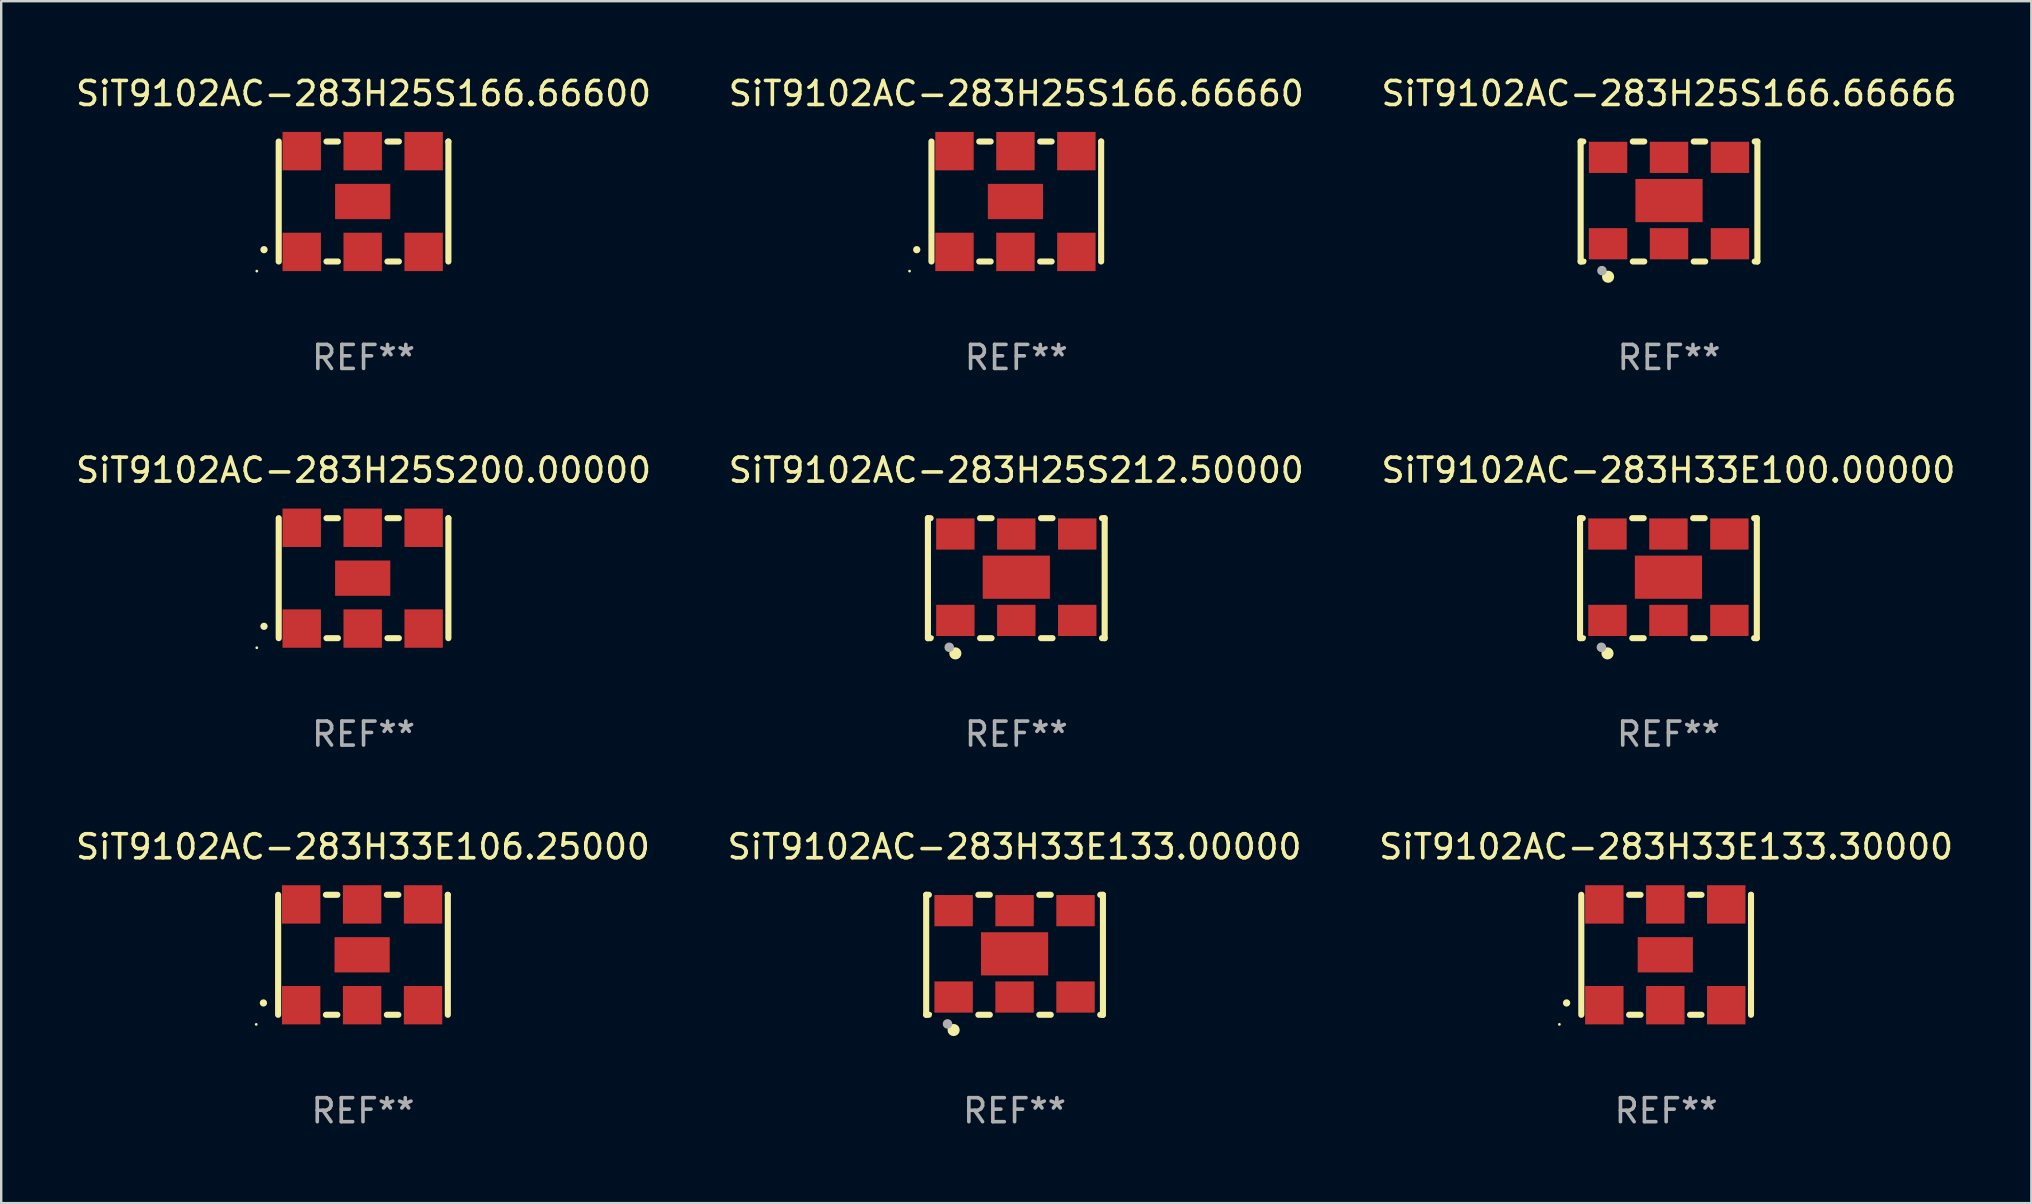
<source format=kicad_pcb>
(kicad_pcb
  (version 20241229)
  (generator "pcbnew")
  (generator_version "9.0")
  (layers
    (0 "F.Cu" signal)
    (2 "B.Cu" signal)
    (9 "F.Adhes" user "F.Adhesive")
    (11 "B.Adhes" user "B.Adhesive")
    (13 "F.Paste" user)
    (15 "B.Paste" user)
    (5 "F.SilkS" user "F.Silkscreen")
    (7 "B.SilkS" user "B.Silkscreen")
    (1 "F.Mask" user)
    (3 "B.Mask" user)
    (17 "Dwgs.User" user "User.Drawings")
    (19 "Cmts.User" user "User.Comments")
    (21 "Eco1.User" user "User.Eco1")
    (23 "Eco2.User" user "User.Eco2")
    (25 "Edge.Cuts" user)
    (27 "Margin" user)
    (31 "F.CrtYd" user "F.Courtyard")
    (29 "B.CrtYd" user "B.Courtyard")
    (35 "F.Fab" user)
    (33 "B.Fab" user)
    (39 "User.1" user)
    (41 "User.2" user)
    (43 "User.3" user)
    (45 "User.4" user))
  (footprint "SiT9102AC-283H25S166.66666"
    (layer "F.Cu")
    (at 66.506 5.348)
    (property "Reference" "SiT9102AC-283H25S166.66666" (at 0 -4.5 0) (layer "F.SilkS") (effects (font (size 1 1) (thickness 0.15))))
    (attr through_hole)
    (fp_line (start -3.683 -2.5) (end -3.571 -2.5) (stroke (width 0.254) (type solid)) (layer "F.SilkS"))
    (fp_line (start -3.683 2.5) (end -3.683 -2.5) (stroke (width 0.254) (type solid)) (layer "F.SilkS"))
    (fp_line (start -3.683 2.5) (end -3.571 2.5) (stroke (width 0.254) (type solid)) (layer "F.SilkS"))
    (fp_line (start -1.509 -2.5) (end -1.031 -2.5) (stroke (width 0.254) (type solid)) (layer "F.SilkS"))
    (fp_line (start -1.509 2.5) (end -1.031 2.5) (stroke (width 0.254) (type solid)) (layer "F.SilkS"))
    (fp_line (start 1.031 -2.5) (end 1.509 -2.5) (stroke (width 0.254) (type solid)) (layer "F.SilkS"))
    (fp_line (start 1.031 2.5) (end 1.509 2.5) (stroke (width 0.254) (type solid)) (layer "F.SilkS"))
    (fp_line (start 3.571 -2.5) (end 3.683 -2.5) (stroke (width 0.254) (type solid)) (layer "F.SilkS"))
    (fp_line (start 3.571 2.5) (end 3.683 2.5) (stroke (width 0.254) (type solid)) (layer "F.SilkS"))
    (fp_line (start 3.683 2.5) (end 3.683 -2.5) (stroke (width 0.254) (type solid)) (layer "F.SilkS"))
    (fp_circle (center -3.5 2.46) (end -3.47 2.46) (stroke (width 0.06) (type solid)) (fill no) (layer "F.SilkS"))
    (fp_circle (center -2.54 3.135) (end -2.413 3.135) (stroke (width 0.254) (type solid)) (fill no) (layer "F.SilkS"))
    (fp_circle (center -2.794 2.881) (end -2.694 2.881) (stroke (width 0.2) (type solid)) (fill no) (layer "F.Fab"))
    (fp_text user "REF**" (at 0 6.5 0) (layer "F.Fab") (effects (font (size 1 1) (thickness 0.15))))
    (pad "1" smd rect (at -2.54 1.76) (size 1.6 1.3) (layers "F.Cu" "F.Mask" "F.Paste"))
    (pad "2" smd rect (at 0 1.76) (size 1.6 1.3) (layers "F.Cu" "F.Mask" "F.Paste"))
    (pad "3" smd rect (at 2.54 1.76) (size 1.6 1.3) (layers "F.Cu" "F.Mask" "F.Paste"))
    (pad "4" smd rect (at 2.54 -1.84) (size 1.6 1.3) (layers "F.Cu" "F.Mask" "F.Paste"))
    (pad "5" smd rect (at 0 -1.84) (size 1.6 1.3) (layers "F.Cu" "F.Mask" "F.Paste"))
    (pad "6" smd rect (at -2.54 -1.84) (size 1.6 1.3) (layers "F.Cu" "F.Mask" "F.Paste"))
    (pad "7" smd rect (at 0 -0.04) (size 2.8 1.8) (layers "F.Cu" "F.Mask" "F.Paste")))
  (footprint "SiT9102AC-283H25S212.50000"
    (layer "F.Cu")
    (at 39.304 21.045)
    (property "Reference" "SiT9102AC-283H25S212.50000" (at 0 -4.5 0) (layer "F.SilkS") (effects (font (size 1 1) (thickness 0.15))))
    (attr through_hole)
    (fp_line (start -3.683 -2.5) (end -3.571 -2.5) (stroke (width 0.254) (type solid)) (layer "F.SilkS"))
    (fp_line (start -3.683 2.5) (end -3.683 -2.5) (stroke (width 0.254) (type solid)) (layer "F.SilkS"))
    (fp_line (start -3.683 2.5) (end -3.571 2.5) (stroke (width 0.254) (type solid)) (layer "F.SilkS"))
    (fp_line (start -1.509 -2.5) (end -1.031 -2.5) (stroke (width 0.254) (type solid)) (layer "F.SilkS"))
    (fp_line (start -1.509 2.5) (end -1.031 2.5) (stroke (width 0.254) (type solid)) (layer "F.SilkS"))
    (fp_line (start 1.031 -2.5) (end 1.509 -2.5) (stroke (width 0.254) (type solid)) (layer "F.SilkS"))
    (fp_line (start 1.031 2.5) (end 1.509 2.5) (stroke (width 0.254) (type solid)) (layer "F.SilkS"))
    (fp_line (start 3.571 -2.5) (end 3.683 -2.5) (stroke (width 0.254) (type solid)) (layer "F.SilkS"))
    (fp_line (start 3.571 2.5) (end 3.683 2.5) (stroke (width 0.254) (type solid)) (layer "F.SilkS"))
    (fp_line (start 3.683 2.5) (end 3.683 -2.5) (stroke (width 0.254) (type solid)) (layer "F.SilkS"))
    (fp_circle (center -3.5 2.46) (end -3.47 2.46) (stroke (width 0.06) (type solid)) (fill no) (layer "F.SilkS"))
    (fp_circle (center -2.54 3.135) (end -2.413 3.135) (stroke (width 0.254) (type solid)) (fill no) (layer "F.SilkS"))
    (fp_circle (center -2.794 2.881) (end -2.694 2.881) (stroke (width 0.2) (type solid)) (fill no) (layer "F.Fab"))
    (fp_text user "REF**" (at 0 6.5 0) (layer "F.Fab") (effects (font (size 1 1) (thickness 0.15))))
    (pad "1" smd rect (at -2.54 1.76) (size 1.6 1.3) (layers "F.Cu" "F.Mask" "F.Paste"))
    (pad "2" smd rect (at 0 1.76) (size 1.6 1.3) (layers "F.Cu" "F.Mask" "F.Paste"))
    (pad "3" smd rect (at 2.54 1.76) (size 1.6 1.3) (layers "F.Cu" "F.Mask" "F.Paste"))
    (pad "4" smd rect (at 2.54 -1.84) (size 1.6 1.3) (layers "F.Cu" "F.Mask" "F.Paste"))
    (pad "5" smd rect (at 0 -1.84) (size 1.6 1.3) (layers "F.Cu" "F.Mask" "F.Paste"))
    (pad "6" smd rect (at -2.54 -1.84) (size 1.6 1.3) (layers "F.Cu" "F.Mask" "F.Paste"))
    (pad "7" smd rect (at 0 -0.04) (size 2.8 1.8) (layers "F.Cu" "F.Mask" "F.Paste")))
  (footprint "SiT9102AC-283H33E133.00000"
    (layer "F.Cu")
    (at 39.232 36.741)
    (property "Reference" "SiT9102AC-283H33E133.00000" (at 0 -4.5 0) (layer "F.SilkS") (effects (font (size 1 1) (thickness 0.15))))
    (attr through_hole)
    (fp_line (start -3.683 -2.5) (end -3.571 -2.5) (stroke (width 0.254) (type solid)) (layer "F.SilkS"))
    (fp_line (start -3.683 2.5) (end -3.683 -2.5) (stroke (width 0.254) (type solid)) (layer "F.SilkS"))
    (fp_line (start -3.683 2.5) (end -3.571 2.5) (stroke (width 0.254) (type solid)) (layer "F.SilkS"))
    (fp_line (start -1.509 -2.5) (end -1.031 -2.5) (stroke (width 0.254) (type solid)) (layer "F.SilkS"))
    (fp_line (start -1.509 2.5) (end -1.031 2.5) (stroke (width 0.254) (type solid)) (layer "F.SilkS"))
    (fp_line (start 1.031 -2.5) (end 1.509 -2.5) (stroke (width 0.254) (type solid)) (layer "F.SilkS"))
    (fp_line (start 1.031 2.5) (end 1.509 2.5) (stroke (width 0.254) (type solid)) (layer "F.SilkS"))
    (fp_line (start 3.571 -2.5) (end 3.683 -2.5) (stroke (width 0.254) (type solid)) (layer "F.SilkS"))
    (fp_line (start 3.571 2.5) (end 3.683 2.5) (stroke (width 0.254) (type solid)) (layer "F.SilkS"))
    (fp_line (start 3.683 2.5) (end 3.683 -2.5) (stroke (width 0.254) (type solid)) (layer "F.SilkS"))
    (fp_circle (center -3.5 2.46) (end -3.47 2.46) (stroke (width 0.06) (type solid)) (fill no) (layer "F.SilkS"))
    (fp_circle (center -2.54 3.135) (end -2.413 3.135) (stroke (width 0.254) (type solid)) (fill no) (layer "F.SilkS"))
    (fp_circle (center -2.794 2.881) (end -2.694 2.881) (stroke (width 0.2) (type solid)) (fill no) (layer "F.Fab"))
    (fp_text user "REF**" (at 0 6.5 0) (layer "F.Fab") (effects (font (size 1 1) (thickness 0.15))))
    (pad "1" smd rect (at -2.54 1.76) (size 1.6 1.3) (layers "F.Cu" "F.Mask" "F.Paste"))
    (pad "2" smd rect (at 0 1.76) (size 1.6 1.3) (layers "F.Cu" "F.Mask" "F.Paste"))
    (pad "3" smd rect (at 2.54 1.76) (size 1.6 1.3) (layers "F.Cu" "F.Mask" "F.Paste"))
    (pad "4" smd rect (at 2.54 -1.84) (size 1.6 1.3) (layers "F.Cu" "F.Mask" "F.Paste"))
    (pad "5" smd rect (at 0 -1.84) (size 1.6 1.3) (layers "F.Cu" "F.Mask" "F.Paste"))
    (pad "6" smd rect (at -2.54 -1.84) (size 1.6 1.3) (layers "F.Cu" "F.Mask" "F.Paste"))
    (pad "7" smd rect (at 0 -0.04) (size 2.8 1.8) (layers "F.Cu" "F.Mask" "F.Paste")))
  (footprint "SiT9102AC-283H25S200.00000"
    (layer "F.Cu")
    (at 12.101 21.045)
    (property "Reference" "SiT9102AC-283H25S200.00000" (at 0 -4.5 0) (layer "F.SilkS") (effects (font (size 1 1) (thickness 0.15))))
    (attr through_hole)
    (fp_line (start -3.536 -2.5) (end -3.536 2.5) (stroke (width 0.254) (type solid)) (layer "F.SilkS"))
    (fp_line (start -1.544 2.5) (end -1.067 2.5) (stroke (width 0.254) (type solid)) (layer "F.SilkS"))
    (fp_line (start -1.067 -2.5) (end -1.544 -2.5) (stroke (width 0.254) (type solid)) (layer "F.SilkS"))
    (fp_line (start 0.996 2.5) (end 1.473 2.5) (stroke (width 0.254) (type solid)) (layer "F.SilkS"))
    (fp_line (start 1.473 -2.5) (end 0.996 -2.5) (stroke (width 0.254) (type solid)) (layer "F.SilkS"))
    (fp_line (start 3.536 -2.5) (end 3.536 -2.5) (stroke (width 0.254) (type solid)) (layer "F.SilkS"))
    (fp_line (start 3.536 2.5) (end 3.536 -2.5) (stroke (width 0.254) (type solid)) (layer "F.SilkS"))
    (fp_arc (start -4.150432 2.006604) (mid -4.149162 2.006599) (end -4.147892 2.006604) (stroke (width 0.3) (type solid)) (layer "F.SilkS"))
    (fp_circle (center -4.449 2.9) (end -4.419 2.9) (stroke (width 0.06) (type solid)) (fill no) (layer "F.SilkS"))
    (fp_text user "REF**" (at 0 6.5 0) (layer "F.Fab") (effects (font (size 1 1) (thickness 0.15))))
    (pad "1" smd rect (at -2.576 2.1) (size 1.6 1.6) (layers "F.Cu" "F.Mask" "F.Paste"))
    (pad "2" smd rect (at -0.036 2.1) (size 1.6 1.6) (layers "F.Cu" "F.Mask" "F.Paste"))
    (pad "3" smd rect (at 2.504 2.1) (size 1.6 1.6) (layers "F.Cu" "F.Mask" "F.Paste"))
    (pad "4" smd rect (at 2.504 -2.1) (size 1.6 1.6) (layers "F.Cu" "F.Mask" "F.Paste"))
    (pad "5" smd rect (at -0.036 -2.1) (size 1.6 1.6) (layers "F.Cu" "F.Mask" "F.Paste"))
    (pad "6" smd rect (at -2.576 -2.1) (size 1.6 1.6) (layers "F.Cu" "F.Mask" "F.Paste"))
    (pad "7" smd rect (at -0.036 0) (size 2.3 1.47) (layers "F.Cu" "F.Mask" "F.Paste")))
  (footprint "SiT9102AC-283H25S166.66660"
    (layer "F.Cu")
    (at 39.304 5.348)
    (property "Reference" "SiT9102AC-283H25S166.66660" (at 0 -4.5 0) (layer "F.SilkS") (effects (font (size 1 1) (thickness 0.15))))
    (attr through_hole)
    (fp_line (start -3.536 -2.5) (end -3.536 2.5) (stroke (width 0.254) (type solid)) (layer "F.SilkS"))
    (fp_line (start -1.544 2.5) (end -1.067 2.5) (stroke (width 0.254) (type solid)) (layer "F.SilkS"))
    (fp_line (start -1.067 -2.5) (end -1.544 -2.5) (stroke (width 0.254) (type solid)) (layer "F.SilkS"))
    (fp_line (start 0.996 2.5) (end 1.473 2.5) (stroke (width 0.254) (type solid)) (layer "F.SilkS"))
    (fp_line (start 1.473 -2.5) (end 0.996 -2.5) (stroke (width 0.254) (type solid)) (layer "F.SilkS"))
    (fp_line (start 3.536 -2.5) (end 3.536 -2.5) (stroke (width 0.254) (type solid)) (layer "F.SilkS"))
    (fp_line (start 3.536 2.5) (end 3.536 -2.5) (stroke (width 0.254) (type solid)) (layer "F.SilkS"))
    (fp_arc (start -4.150432 2.006604) (mid -4.149162 2.006599) (end -4.147892 2.006604) (stroke (width 0.3) (type solid)) (layer "F.SilkS"))
    (fp_circle (center -4.449 2.9) (end -4.419 2.9) (stroke (width 0.06) (type solid)) (fill no) (layer "F.SilkS"))
    (fp_text user "REF**" (at 0 6.5 0) (layer "F.Fab") (effects (font (size 1 1) (thickness 0.15))))
    (pad "1" smd rect (at -2.576 2.1) (size 1.6 1.6) (layers "F.Cu" "F.Mask" "F.Paste"))
    (pad "2" smd rect (at -0.036 2.1) (size 1.6 1.6) (layers "F.Cu" "F.Mask" "F.Paste"))
    (pad "3" smd rect (at 2.504 2.1) (size 1.6 1.6) (layers "F.Cu" "F.Mask" "F.Paste"))
    (pad "4" smd rect (at 2.504 -2.1) (size 1.6 1.6) (layers "F.Cu" "F.Mask" "F.Paste"))
    (pad "5" smd rect (at -0.036 -2.1) (size 1.6 1.6) (layers "F.Cu" "F.Mask" "F.Paste"))
    (pad "6" smd rect (at -2.576 -2.1) (size 1.6 1.6) (layers "F.Cu" "F.Mask" "F.Paste"))
    (pad "7" smd rect (at -0.036 0) (size 2.3 1.47) (layers "F.Cu" "F.Mask" "F.Paste")))
  (footprint "SiT9102AC-283H33E133.30000"
    (layer "F.Cu")
    (at 66.387 36.741)
    (property "Reference" "SiT9102AC-283H33E133.30000" (at 0 -4.5 0) (layer "F.SilkS") (effects (font (size 1 1) (thickness 0.15))))
    (attr through_hole)
    (fp_line (start -3.536 -2.5) (end -3.536 2.5) (stroke (width 0.254) (type solid)) (layer "F.SilkS"))
    (fp_line (start -1.544 2.5) (end -1.067 2.5) (stroke (width 0.254) (type solid)) (layer "F.SilkS"))
    (fp_line (start -1.067 -2.5) (end -1.544 -2.5) (stroke (width 0.254) (type solid)) (layer "F.SilkS"))
    (fp_line (start 0.996 2.5) (end 1.473 2.5) (stroke (width 0.254) (type solid)) (layer "F.SilkS"))
    (fp_line (start 1.473 -2.5) (end 0.996 -2.5) (stroke (width 0.254) (type solid)) (layer "F.SilkS"))
    (fp_line (start 3.536 -2.5) (end 3.536 -2.5) (stroke (width 0.254) (type solid)) (layer "F.SilkS"))
    (fp_line (start 3.536 2.5) (end 3.536 -2.5) (stroke (width 0.254) (type solid)) (layer "F.SilkS"))
    (fp_arc (start -4.150432 2.006604) (mid -4.149162 2.006599) (end -4.147892 2.006604) (stroke (width 0.3) (type solid)) (layer "F.SilkS"))
    (fp_circle (center -4.449 2.9) (end -4.419 2.9) (stroke (width 0.06) (type solid)) (fill no) (layer "F.SilkS"))
    (fp_text user "REF**" (at 0 6.5 0) (layer "F.Fab") (effects (font (size 1 1) (thickness 0.15))))
    (pad "1" smd rect (at -2.576 2.1) (size 1.6 1.6) (layers "F.Cu" "F.Mask" "F.Paste"))
    (pad "2" smd rect (at -0.036 2.1) (size 1.6 1.6) (layers "F.Cu" "F.Mask" "F.Paste"))
    (pad "3" smd rect (at 2.504 2.1) (size 1.6 1.6) (layers "F.Cu" "F.Mask" "F.Paste"))
    (pad "4" smd rect (at 2.504 -2.1) (size 1.6 1.6) (layers "F.Cu" "F.Mask" "F.Paste"))
    (pad "5" smd rect (at -0.036 -2.1) (size 1.6 1.6) (layers "F.Cu" "F.Mask" "F.Paste"))
    (pad "6" smd rect (at -2.576 -2.1) (size 1.6 1.6) (layers "F.Cu" "F.Mask" "F.Paste"))
    (pad "7" smd rect (at -0.036 0) (size 2.3 1.47) (layers "F.Cu" "F.Mask" "F.Paste")))
  (footprint "SiT9102AC-283H33E106.25000"
    (layer "F.Cu")
    (at 12.077 36.741)
    (property "Reference" "SiT9102AC-283H33E106.25000" (at 0 -4.5 0) (layer "F.SilkS") (effects (font (size 1 1) (thickness 0.15))))
    (attr through_hole)
    (fp_line (start -3.536 -2.5) (end -3.536 2.5) (stroke (width 0.254) (type solid)) (layer "F.SilkS"))
    (fp_line (start -1.544 2.5) (end -1.067 2.5) (stroke (width 0.254) (type solid)) (layer "F.SilkS"))
    (fp_line (start -1.067 -2.5) (end -1.544 -2.5) (stroke (width 0.254) (type solid)) (layer "F.SilkS"))
    (fp_line (start 0.996 2.5) (end 1.473 2.5) (stroke (width 0.254) (type solid)) (layer "F.SilkS"))
    (fp_line (start 1.473 -2.5) (end 0.996 -2.5) (stroke (width 0.254) (type solid)) (layer "F.SilkS"))
    (fp_line (start 3.536 -2.5) (end 3.536 -2.5) (stroke (width 0.254) (type solid)) (layer "F.SilkS"))
    (fp_line (start 3.536 2.5) (end 3.536 -2.5) (stroke (width 0.254) (type solid)) (layer "F.SilkS"))
    (fp_arc (start -4.150432 2.006604) (mid -4.149162 2.006599) (end -4.147892 2.006604) (stroke (width 0.3) (type solid)) (layer "F.SilkS"))
    (fp_circle (center -4.449 2.9) (end -4.419 2.9) (stroke (width 0.06) (type solid)) (fill no) (layer "F.SilkS"))
    (fp_text user "REF**" (at 0 6.5 0) (layer "F.Fab") (effects (font (size 1 1) (thickness 0.15))))
    (pad "1" smd rect (at -2.576 2.1) (size 1.6 1.6) (layers "F.Cu" "F.Mask" "F.Paste"))
    (pad "2" smd rect (at -0.036 2.1) (size 1.6 1.6) (layers "F.Cu" "F.Mask" "F.Paste"))
    (pad "3" smd rect (at 2.504 2.1) (size 1.6 1.6) (layers "F.Cu" "F.Mask" "F.Paste"))
    (pad "4" smd rect (at 2.504 -2.1) (size 1.6 1.6) (layers "F.Cu" "F.Mask" "F.Paste"))
    (pad "5" smd rect (at -0.036 -2.1) (size 1.6 1.6) (layers "F.Cu" "F.Mask" "F.Paste"))
    (pad "6" smd rect (at -2.576 -2.1) (size 1.6 1.6) (layers "F.Cu" "F.Mask" "F.Paste"))
    (pad "7" smd rect (at -0.036 0) (size 2.3 1.47) (layers "F.Cu" "F.Mask" "F.Paste")))
  (footprint "SiT9102AC-283H33E100.00000"
    (layer "F.Cu")
    (at 66.482 21.045)
    (property "Reference" "SiT9102AC-283H33E100.00000" (at 0 -4.5 0) (layer "F.SilkS") (effects (font (size 1 1) (thickness 0.15))))
    (attr through_hole)
    (fp_line (start -3.683 -2.5) (end -3.571 -2.5) (stroke (width 0.254) (type solid)) (layer "F.SilkS"))
    (fp_line (start -3.683 2.5) (end -3.683 -2.5) (stroke (width 0.254) (type solid)) (layer "F.SilkS"))
    (fp_line (start -3.683 2.5) (end -3.571 2.5) (stroke (width 0.254) (type solid)) (layer "F.SilkS"))
    (fp_line (start -1.509 -2.5) (end -1.031 -2.5) (stroke (width 0.254) (type solid)) (layer "F.SilkS"))
    (fp_line (start -1.509 2.5) (end -1.031 2.5) (stroke (width 0.254) (type solid)) (layer "F.SilkS"))
    (fp_line (start 1.031 -2.5) (end 1.509 -2.5) (stroke (width 0.254) (type solid)) (layer "F.SilkS"))
    (fp_line (start 1.031 2.5) (end 1.509 2.5) (stroke (width 0.254) (type solid)) (layer "F.SilkS"))
    (fp_line (start 3.571 -2.5) (end 3.683 -2.5) (stroke (width 0.254) (type solid)) (layer "F.SilkS"))
    (fp_line (start 3.571 2.5) (end 3.683 2.5) (stroke (width 0.254) (type solid)) (layer "F.SilkS"))
    (fp_line (start 3.683 2.5) (end 3.683 -2.5) (stroke (width 0.254) (type solid)) (layer "F.SilkS"))
    (fp_circle (center -3.5 2.46) (end -3.47 2.46) (stroke (width 0.06) (type solid)) (fill no) (layer "F.SilkS"))
    (fp_circle (center -2.54 3.135) (end -2.413 3.135) (stroke (width 0.254) (type solid)) (fill no) (layer "F.SilkS"))
    (fp_circle (center -2.794 2.881) (end -2.694 2.881) (stroke (width 0.2) (type solid)) (fill no) (layer "F.Fab"))
    (fp_text user "REF**" (at 0 6.5 0) (layer "F.Fab") (effects (font (size 1 1) (thickness 0.15))))
    (pad "1" smd rect (at -2.54 1.76) (size 1.6 1.3) (layers "F.Cu" "F.Mask" "F.Paste"))
    (pad "2" smd rect (at 0 1.76) (size 1.6 1.3) (layers "F.Cu" "F.Mask" "F.Paste"))
    (pad "3" smd rect (at 2.54 1.76) (size 1.6 1.3) (layers "F.Cu" "F.Mask" "F.Paste"))
    (pad "4" smd rect (at 2.54 -1.84) (size 1.6 1.3) (layers "F.Cu" "F.Mask" "F.Paste"))
    (pad "5" smd rect (at 0 -1.84) (size 1.6 1.3) (layers "F.Cu" "F.Mask" "F.Paste"))
    (pad "6" smd rect (at -2.54 -1.84) (size 1.6 1.3) (layers "F.Cu" "F.Mask" "F.Paste"))
    (pad "7" smd rect (at 0 -0.04) (size 2.8 1.8) (layers "F.Cu" "F.Mask" "F.Paste")))
  (footprint "SiT9102AC-283H25S166.66600"
    (layer "F.Cu")
    (at 12.101 5.348)
    (property "Reference" "SiT9102AC-283H25S166.66600" (at 0 -4.5 0) (layer "F.SilkS") (effects (font (size 1 1) (thickness 0.15))))
    (attr through_hole)
    (fp_line (start -3.536 -2.5) (end -3.536 2.5) (stroke (width 0.254) (type solid)) (layer "F.SilkS"))
    (fp_line (start -1.544 2.5) (end -1.067 2.5) (stroke (width 0.254) (type solid)) (layer "F.SilkS"))
    (fp_line (start -1.067 -2.5) (end -1.544 -2.5) (stroke (width 0.254) (type solid)) (layer "F.SilkS"))
    (fp_line (start 0.996 2.5) (end 1.473 2.5) (stroke (width 0.254) (type solid)) (layer "F.SilkS"))
    (fp_line (start 1.473 -2.5) (end 0.996 -2.5) (stroke (width 0.254) (type solid)) (layer "F.SilkS"))
    (fp_line (start 3.536 -2.5) (end 3.536 -2.5) (stroke (width 0.254) (type solid)) (layer "F.SilkS"))
    (fp_line (start 3.536 2.5) (end 3.536 -2.5) (stroke (width 0.254) (type solid)) (layer "F.SilkS"))
    (fp_arc (start -4.150432 2.006604) (mid -4.149162 2.006599) (end -4.147892 2.006604) (stroke (width 0.3) (type solid)) (layer "F.SilkS"))
    (fp_circle (center -4.449 2.9) (end -4.419 2.9) (stroke (width 0.06) (type solid)) (fill no) (layer "F.SilkS"))
    (fp_text user "REF**" (at 0 6.5 0) (layer "F.Fab") (effects (font (size 1 1) (thickness 0.15))))
    (pad "1" smd rect (at -2.576 2.1) (size 1.6 1.6) (layers "F.Cu" "F.Mask" "F.Paste"))
    (pad "2" smd rect (at -0.036 2.1) (size 1.6 1.6) (layers "F.Cu" "F.Mask" "F.Paste"))
    (pad "3" smd rect (at 2.504 2.1) (size 1.6 1.6) (layers "F.Cu" "F.Mask" "F.Paste"))
    (pad "4" smd rect (at 2.504 -2.1) (size 1.6 1.6) (layers "F.Cu" "F.Mask" "F.Paste"))
    (pad "5" smd rect (at -0.036 -2.1) (size 1.6 1.6) (layers "F.Cu" "F.Mask" "F.Paste"))
    (pad "6" smd rect (at -2.576 -2.1) (size 1.6 1.6) (layers "F.Cu" "F.Mask" "F.Paste"))
    (pad "7" smd rect (at -0.036 0) (size 2.3 1.47) (layers "F.Cu" "F.Mask" "F.Paste")))
  (gr_rect
    (start -3 -3)
    (end 81.607 47.09)
    (stroke (width 0.1) (type default))
    (fill no)
    (layer "Edge.Cuts")))
</source>
